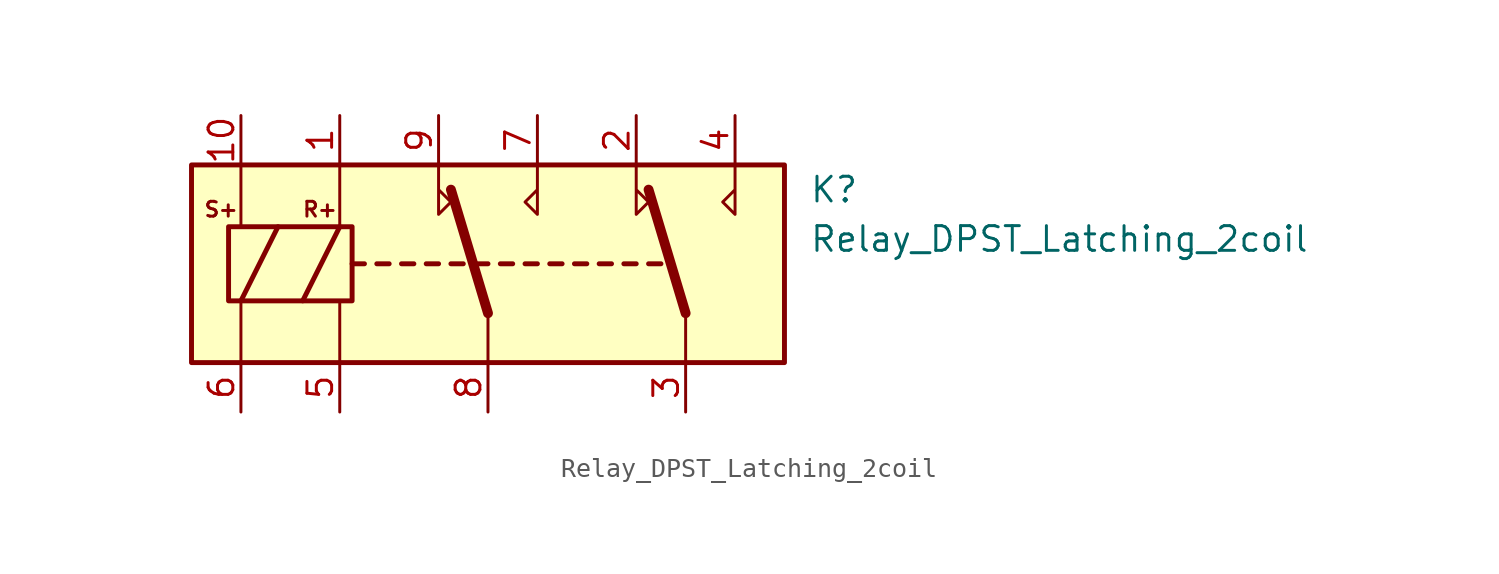
<source format=kicad_sym>
(kicad_symbol_lib
  (version 20231120)
  (generator "kicad_symbol_editor")
  (generator_version "8.0")
  (symbol "Relay_DPST_Latching_2coil"
    (property "Reference" "K"
      (at 16.51 3.81 0)
      (effects (font (size 1.27 1.27)) (justify left)))
    (property "Value" "Relay_DPST_Latching_2coil"
      (at 16.51 1.27 0)
      (effects (font (size 1.27 1.27)) (justify left)))
    (symbol "Relay_DPST_Latching_2coil_0_0"
      (polyline (pts (xy -2.54 5.08) (xy -2.54 2.54) (xy -1.905 3.175) (xy -2.54 3.81)) (stroke (width 0) (type default)) (fill (type none)))
      (polyline (pts (xy 2.54 5.08) (xy 2.54 2.54) (xy 1.905 3.175) (xy 2.54 3.81)) (stroke (width 0) (type default)) (fill (type none)))
      (polyline (pts (xy 7.62 5.08) (xy 7.62 2.54) (xy 8.255 3.175) (xy 7.62 3.81)) (stroke (width 0) (type default)) (fill (type none)))
      (polyline (pts (xy 12.7 5.08) (xy 12.7 2.54) (xy 12.065 3.175) (xy 12.7 3.81)) (stroke (width 0) (type default)) (fill (type none))))
    (symbol "Relay_DPST_Latching_2coil_0_1"
      (rectangle (start -13.335 1.905) (end -6.985 -1.905) (stroke (width 0.254) (type default)) (fill (type none)))
      (polyline (pts (xy -12.7 -5.08) (xy -12.7 -1.905)) (stroke (width 0) (type default)) (fill (type none)))
      (polyline (pts (xy -12.7 5.08) (xy -12.7 1.905)) (stroke (width 0) (type default)) (fill (type none)))
      (polyline (pts (xy -7.62 -5.08) (xy -7.62 -1.905)) (stroke (width 0) (type default)) (fill (type none)))
      (polyline (pts (xy -7.62 5.08) (xy -7.62 1.905)) (stroke (width 0) (type default)) (fill (type none)))
      (polyline (pts (xy -6.985 0) (xy -6.35 0)) (stroke (width 0.254) (type default)) (fill (type none)))
      (polyline (pts (xy -5.715 0) (xy -5.08 0)) (stroke (width 0.254) (type default)) (fill (type none)))
      (polyline (pts (xy -4.445 0) (xy -3.81 0)) (stroke (width 0.254) (type default)) (fill (type none)))
      (polyline (pts (xy -3.175 0) (xy -2.54 0)) (stroke (width 0.254) (type default)) (fill (type none)))
      (polyline (pts (xy -1.905 0) (xy -1.27 0)) (stroke (width 0.254) (type default)) (fill (type none)))
      (polyline (pts (xy -0.635 0) (xy 0 0)) (stroke (width 0.254) (type default)) (fill (type none)))
      (polyline (pts (xy 0 -2.54) (xy -1.905 3.81)) (stroke (width 0.508) (type default)) (fill (type none)))
      (polyline (pts (xy 0 -2.54) (xy 0 -5.08)) (stroke (width 0) (type default)) (fill (type none)))
      (polyline (pts (xy 0.635 0) (xy 1.27 0)) (stroke (width 0.254) (type default)) (fill (type none)))
      (polyline (pts (xy 1.905 0) (xy 2.54 0)) (stroke (width 0.254) (type default)) (fill (type none)))
      (polyline (pts (xy 3.175 0) (xy 3.81 0)) (stroke (width 0.254) (type default)) (fill (type none)))
      (polyline (pts (xy 4.445 0) (xy 5.08 0)) (stroke (width 0.254) (type default)) (fill (type none)))
      (polyline (pts (xy 5.715 0) (xy 6.35 0)) (stroke (width 0.254) (type default)) (fill (type none)))
      (polyline (pts (xy 6.985 0) (xy 7.62 0)) (stroke (width 0.254) (type default)) (fill (type none)))
      (polyline (pts (xy 8.255 0) (xy 8.89 0)) (stroke (width 0.254) (type default)) (fill (type none)))
      (polyline (pts (xy 10.16 -2.54) (xy 8.255 3.81)) (stroke (width 0.508) (type default)) (fill (type none)))
      (polyline (pts (xy 10.16 -2.54) (xy 10.16 -5.08)) (stroke (width 0) (type default)) (fill (type none))))
    (symbol "Relay_DPST_Latching_2coil_1_0"
      (text "R+" (at -8.636 2.794 0) (effects (font (size 0.762 0.762))))
      (text "S+" (at -13.716 2.794 0) (effects (font (size 0.762 0.762)))))
    (symbol "Relay_DPST_Latching_2coil_1_1"
      (rectangle (start -15.24 5.08) (end 15.24 -5.08) (stroke (width 0.254) (type default)) (fill (type background)))
      (polyline (pts (xy -12.7 -1.905) (xy -10.795 1.905)) (stroke (width 0.254) (type default)) (fill (type none)))
      (polyline (pts (xy -9.525 -1.905) (xy -7.62 1.905)) (stroke (width 0.254) (type default)) (fill (type none)))
      (pin passive line (at -7.62 7.62 270) (length 2.54) (name "~" (effects (font (size 1.27 1.27)))) (number "1" (effects (font (size 1.27 1.27)))))
      (pin passive line (at -12.7 7.62 270) (length 2.54) (name "~" (effects (font (size 1.27 1.27)))) (number "10" (effects (font (size 1.27 1.27)))))
      (pin passive line (at 7.62 7.62 270) (length 2.54) (name "~" (effects (font (size 1.27 1.27)))) (number "2" (effects (font (size 1.27 1.27)))))
      (pin passive line (at 10.16 -7.62 90) (length 2.54) (name "~" (effects (font (size 1.27 1.27)))) (number "3" (effects (font (size 1.27 1.27)))))
      (pin passive line (at 12.7 7.62 270) (length 2.54) (name "~" (effects (font (size 1.27 1.27)))) (number "4" (effects (font (size 1.27 1.27)))))
      (pin passive line (at -7.62 -7.62 90) (length 2.54) (name "~" (effects (font (size 1.27 1.27)))) (number "5" (effects (font (size 1.27 1.27)))))
      (pin passive line (at -12.7 -7.62 90) (length 2.54) (name "~" (effects (font (size 1.27 1.27)))) (number "6" (effects (font (size 1.27 1.27)))))
      (pin passive line (at 2.54 7.62 270) (length 2.54) (name "~" (effects (font (size 1.27 1.27)))) (number "7" (effects (font (size 1.27 1.27)))))
      (pin passive line (at 0 -7.62 90) (length 2.54) (name "~" (effects (font (size 1.27 1.27)))) (number "8" (effects (font (size 1.27 1.27)))))
      (pin passive line (at -2.54 7.62 270) (length 2.54) (name "~" (effects (font (size 1.27 1.27)))) (number "9" (effects (font (size 1.27 1.27))))))))
</source>
